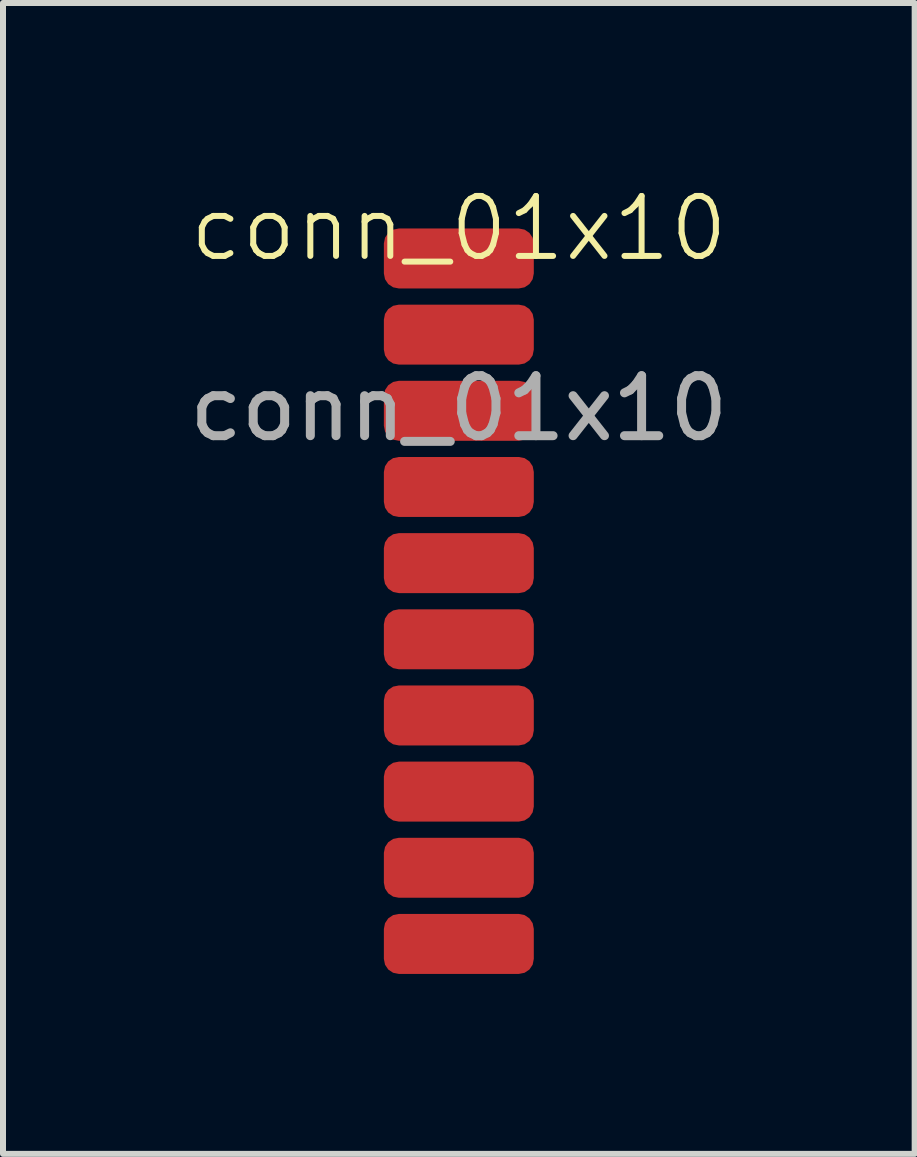
<source format=kicad_pcb>
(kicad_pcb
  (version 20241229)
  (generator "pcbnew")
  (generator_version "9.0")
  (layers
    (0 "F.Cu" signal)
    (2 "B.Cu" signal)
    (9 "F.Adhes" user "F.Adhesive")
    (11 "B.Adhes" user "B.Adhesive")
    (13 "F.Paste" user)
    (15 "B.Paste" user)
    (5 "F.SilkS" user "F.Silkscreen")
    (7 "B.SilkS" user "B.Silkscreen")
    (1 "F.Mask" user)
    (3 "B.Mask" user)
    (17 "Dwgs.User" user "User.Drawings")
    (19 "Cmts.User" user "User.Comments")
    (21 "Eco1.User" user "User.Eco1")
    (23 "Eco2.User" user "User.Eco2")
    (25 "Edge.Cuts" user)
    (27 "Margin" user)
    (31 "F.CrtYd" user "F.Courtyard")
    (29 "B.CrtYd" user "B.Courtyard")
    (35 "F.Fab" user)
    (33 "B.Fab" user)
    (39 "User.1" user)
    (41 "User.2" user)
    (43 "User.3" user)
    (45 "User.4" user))
  (footprint "conn_01x10"
    (layer "F.Cu")
    (at 4.601 1.26)
    (property "Reference" "conn_01x10" (at 0 -0.5 0) (unlocked yes) (layer "F.SilkS") (effects (font (size 1 1) (thickness 0.1))))
    (attr smd)
    (fp_text user "${REFERENCE}" (at 0 2.5 0) (unlocked yes) (layer "F.Fab") (effects (font (size 1 1) (thickness 0.15))))
    (pad "1" smd roundrect (at 0 0) (size 2.5 1) (layers "F.Cu" "F.Mask" "F.Paste") (roundrect_rratio 0.25))
    (pad "2" smd roundrect (at 0 1.27) (size 2.5 1) (layers "F.Cu" "F.Mask" "F.Paste") (roundrect_rratio 0.25))
    (pad "3" smd roundrect (at 0 2.54) (size 2.5 1) (layers "F.Cu" "F.Mask" "F.Paste") (roundrect_rratio 0.25))
    (pad "4" smd roundrect (at 0 3.81) (size 2.5 1) (layers "F.Cu" "F.Mask" "F.Paste") (roundrect_rratio 0.25))
    (pad "5" smd roundrect (at 0 5.08) (size 2.5 1) (layers "F.Cu" "F.Mask" "F.Paste") (roundrect_rratio 0.25))
    (pad "6" smd roundrect (at 0 6.35) (size 2.5 1) (layers "F.Cu" "F.Mask" "F.Paste") (roundrect_rratio 0.25))
    (pad "7" smd roundrect (at 0 7.62) (size 2.5 1) (layers "F.Cu" "F.Mask" "F.Paste") (roundrect_rratio 0.25))
    (pad "8" smd roundrect (at 0 8.89) (size 2.5 1) (layers "F.Cu" "F.Mask" "F.Paste") (roundrect_rratio 0.25))
    (pad "9" smd roundrect (at 0 10.16) (size 2.5 1) (layers "F.Cu" "F.Mask" "F.Paste") (roundrect_rratio 0.25))
    (pad "10" smd roundrect (at 0 11.43) (size 2.5 1) (layers "F.Cu" "F.Mask" "F.Paste") (roundrect_rratio 0.25)))
  (gr_rect
    (start -3 -3)
    (end 12.202 16.191)
    (stroke (width 0.1) (type default))
    (fill no)
    (layer "Edge.Cuts")))
</source>
